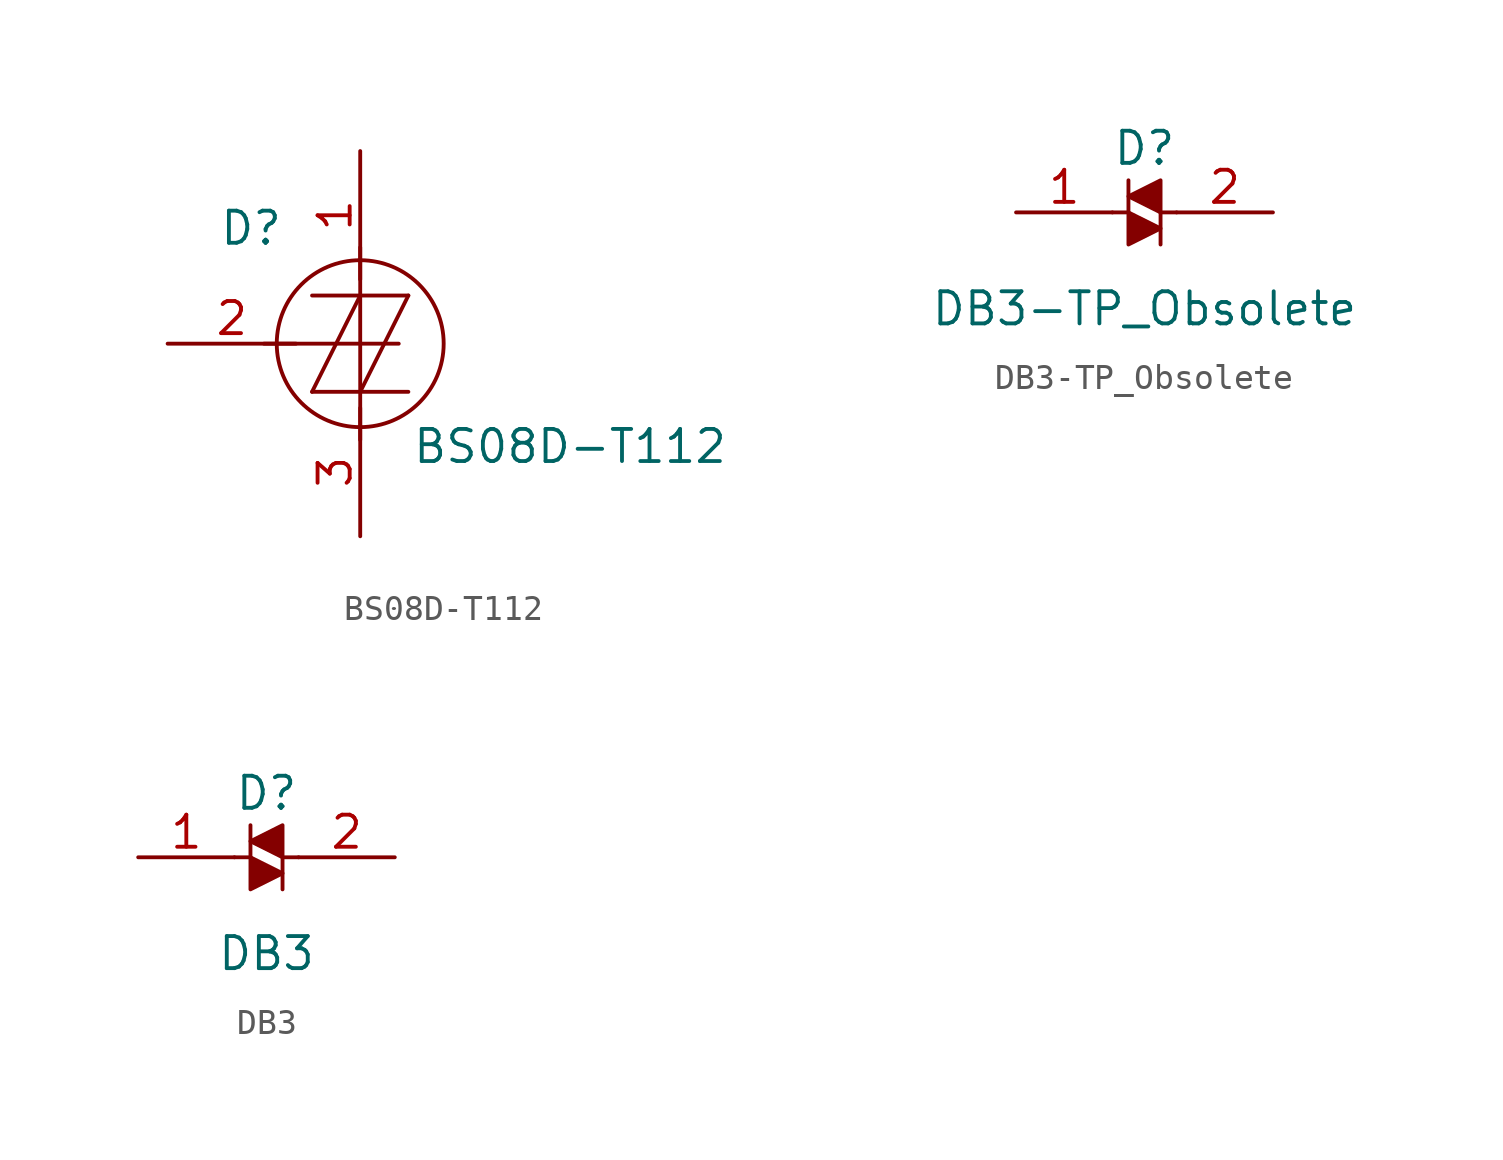
<source format=kicad_sym>
(kicad_symbol_lib
  (version 20211014)
  (generator kicad_symbol_editor)
  (symbol "BS08D-T112"
    (pin_names
      (offset 0) hide)
    (property "Reference" "D"
      (at -4.318 4.572 0)
      (effects (font (size 1.27 1.27))))
    (property "Value" "BS08D-T112"
      (at 2.032 -4.064 0)
      (effects (font (size 1.27 1.27)) (justify left)))
    (symbol "BS08D-T112_0_1"
      (polyline (pts (xy -1.905 -1.905) (xy 1.905 -1.905)) (stroke (width 0) (type default) (color 0 0 0 0)) (fill (type none)))
      (polyline (pts (xy -1.905 1.905) (xy 1.905 1.905)) (stroke (width 0) (type default) (color 0 0 0 0)) (fill (type none)))
      (polyline (pts (xy 0 1.905) (xy -1.905 -1.905)) (stroke (width 0) (type default) (color 0 0 0 0)) (fill (type none)))
      (polyline (pts (xy 0 3.81) (xy 0 -3.81)) (stroke (width 0) (type default) (color 0 0 0 0)) (fill (type none)))
      (polyline (pts (xy 1.524 0) (xy -3.81 0)) (stroke (width 0) (type default) (color 0 0 0 0)) (fill (type none)))
      (polyline (pts (xy 1.905 1.905) (xy 0 -1.905)) (stroke (width 0) (type default) (color 0 0 0 0)) (fill (type none)))
      (circle (center 0 0) (radius 3.302) (stroke (width 0) (type default) (color 0 0 0 0)) (fill (type none))))
    (symbol "BS08D-T112_1_1"
      (pin passive line (at 0 7.62 270) (length 5.08) (name "T2" (effects (font (size 1.27 1.27)))) (number "1" (effects (font (size 1.27 1.27)))))
      (pin input line (at -7.62 0 0) (length 5.08) (name "G" (effects (font (size 1.27 1.27)))) (number "2" (effects (font (size 1.27 1.27)))))
      (pin passive line (at 0 -7.62 90) (length 5.08) (name "T1" (effects (font (size 1.27 1.27)))) (number "3" (effects (font (size 1.27 1.27)))))))
  (symbol "DB3-TP_Obsolete"
    (pin_names
      (offset 0))
    (property "Reference" "D"
      (at 0 2.54 0)
      (effects (font (size 1.27 1.27))))
    (property "Value" "DB3-TP_Obsolete"
      (at 0 -3.81 0)
      (effects (font (size 1.27 1.27))))
    (symbol "DB3-TP_Obsolete_0_1"
      (polyline (pts (xy -0.635 0) (xy -1.27 0)) (stroke (width 0) (type default) (color 0 0 0 0)) (fill (type none)))
      (polyline (pts (xy -0.635 1.27) (xy -0.635 0)) (stroke (width 0) (type default) (color 0 0 0 0)) (fill (type none)))
      (polyline (pts (xy 0.635 -1.27) (xy 0.635 0)) (stroke (width 0) (type default) (color 0 0 0 0)) (fill (type none)))
      (polyline (pts (xy 1.27 0) (xy 0.635 0)) (stroke (width 0) (type default) (color 0 0 0 0)) (fill (type none)))
      (polyline (pts (xy -0.635 0) (xy -0.635 -1.27) (xy 0.635 -0.635) (xy -0.635 0)) (stroke (width 0) (type default) (color 0 0 0 0)) (fill (type outline)))
      (polyline (pts (xy -0.635 0.635) (xy 0.635 0) (xy 0.635 1.27) (xy -0.635 0.635)) (stroke (width 0) (type default) (color 0 0 0 0)) (fill (type outline))))
    (symbol "DB3-TP_Obsolete_1_1"
      (pin passive line (at -5.08 0 0) (length 3.81) (name "~" (effects (font (size 1.27 1.27)))) (number "1" (effects (font (size 1.27 1.27)))))
      (pin passive line (at 5.08 0 180) (length 3.81) (name "~" (effects (font (size 1.27 1.27)))) (number "2" (effects (font (size 1.27 1.27)))))))
  (symbol "DB3"
    (pin_names
      (offset 0))
    (property "Reference" "D"
      (at 0 2.54 0)
      (effects (font (size 1.27 1.27))))
    (property "Value" "DB3"
      (at 0 -3.81 0)
      (effects (font (size 1.27 1.27))))
    (symbol "DB3_0_1"
      (polyline (pts (xy -0.635 0) (xy -1.27 0)) (stroke (width 0) (type default) (color 0 0 0 0)) (fill (type none)))
      (polyline (pts (xy -0.635 1.27) (xy -0.635 0)) (stroke (width 0) (type default) (color 0 0 0 0)) (fill (type none)))
      (polyline (pts (xy 0.635 -1.27) (xy 0.635 0)) (stroke (width 0) (type default) (color 0 0 0 0)) (fill (type none)))
      (polyline (pts (xy 1.27 0) (xy 0.635 0)) (stroke (width 0) (type default) (color 0 0 0 0)) (fill (type none)))
      (polyline (pts (xy -0.635 0) (xy -0.635 -1.27) (xy 0.635 -0.635) (xy -0.635 0)) (stroke (width 0) (type default) (color 0 0 0 0)) (fill (type outline)))
      (polyline (pts (xy -0.635 0.635) (xy 0.635 0) (xy 0.635 1.27) (xy -0.635 0.635)) (stroke (width 0) (type default) (color 0 0 0 0)) (fill (type outline))))
    (symbol "DB3_1_1"
      (pin passive line (at -5.08 0 0) (length 3.81) (name "~" (effects (font (size 1.27 1.27)))) (number "1" (effects (font (size 1.27 1.27)))))
      (pin passive line (at 5.08 0 180) (length 3.81) (name "~" (effects (font (size 1.27 1.27)))) (number "2" (effects (font (size 1.27 1.27))))))))
</source>
